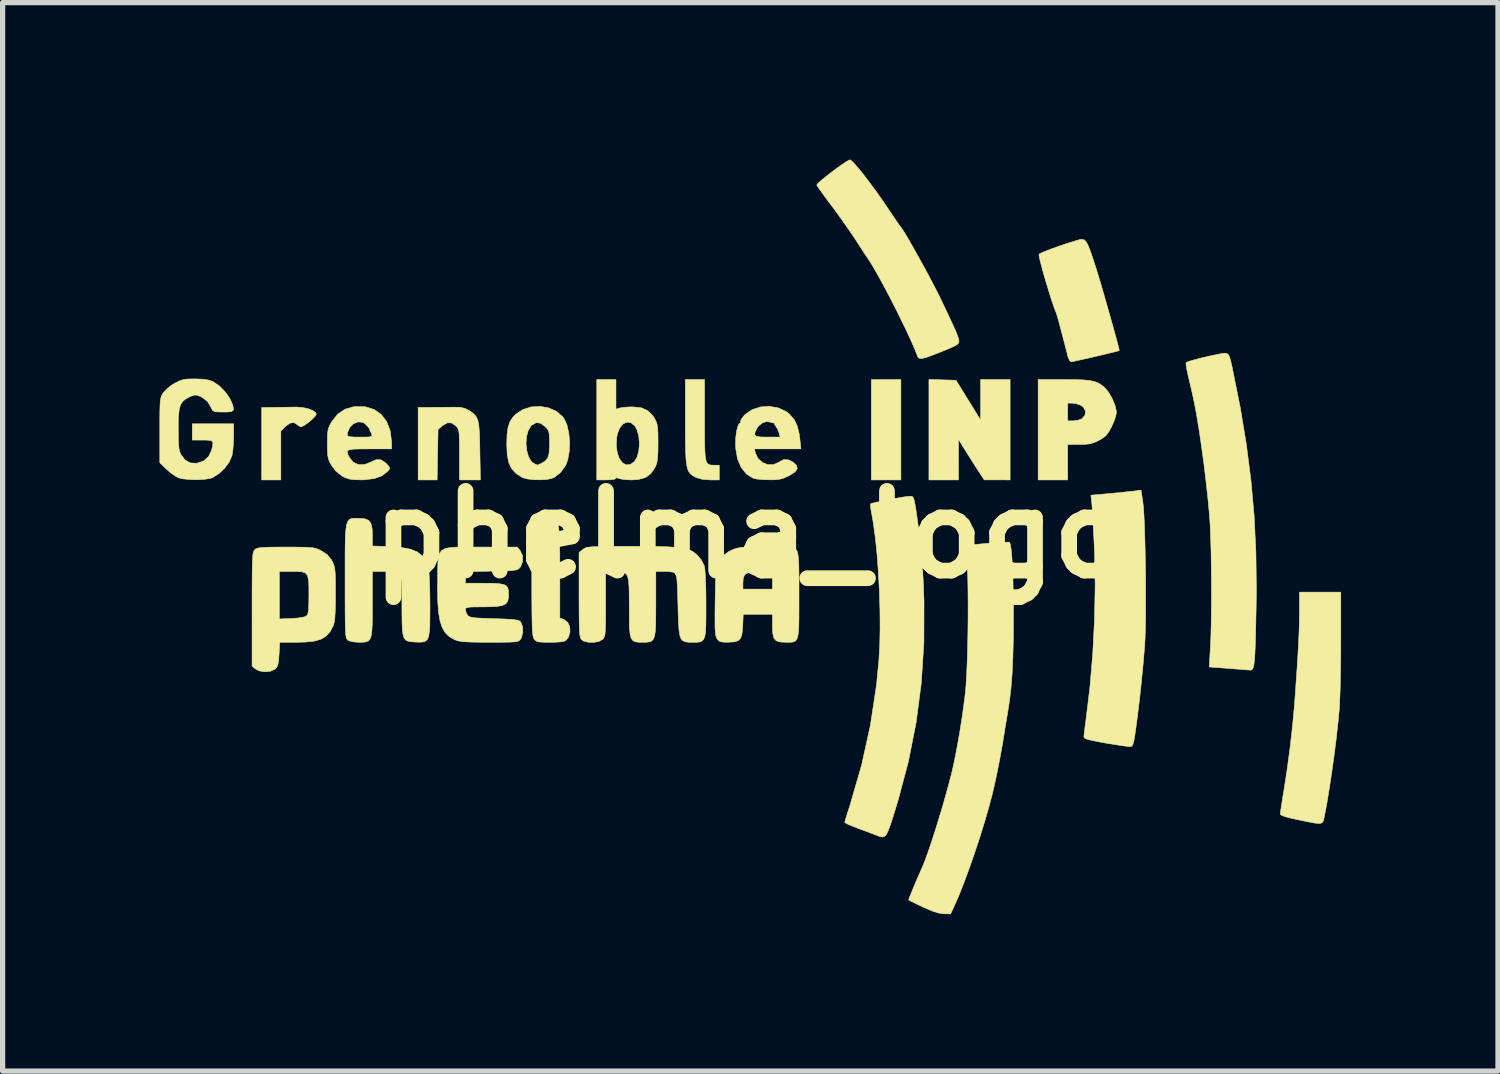
<source format=kicad_pcb>
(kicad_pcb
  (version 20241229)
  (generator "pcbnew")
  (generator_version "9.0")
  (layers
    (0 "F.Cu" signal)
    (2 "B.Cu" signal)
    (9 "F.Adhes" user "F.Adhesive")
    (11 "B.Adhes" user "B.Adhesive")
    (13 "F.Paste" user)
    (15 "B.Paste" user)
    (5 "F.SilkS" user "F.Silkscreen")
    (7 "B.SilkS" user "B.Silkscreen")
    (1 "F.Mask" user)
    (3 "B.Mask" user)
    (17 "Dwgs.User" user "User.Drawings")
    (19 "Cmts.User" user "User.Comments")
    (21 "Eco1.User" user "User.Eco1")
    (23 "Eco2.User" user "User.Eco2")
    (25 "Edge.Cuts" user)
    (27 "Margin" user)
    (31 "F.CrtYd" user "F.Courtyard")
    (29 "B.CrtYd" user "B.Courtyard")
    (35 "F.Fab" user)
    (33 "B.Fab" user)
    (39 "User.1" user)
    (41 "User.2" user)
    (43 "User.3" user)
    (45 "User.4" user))
  (footprint "phelma_logo"
    (layer "F.Cu")
    (at 11.294 7.169)
    (property "Reference" "phelma_logo" (at 0 0 0) (layer "F.SilkS") (effects (font (size 1.524 1.524) (thickness 0.3))))
    (attr through_hole)
    (fp_poly (pts (xy 2.879 -1.044) (xy 2.314 -1.044) (xy 2.314 -2.963) (xy 2.879 -2.963) (xy 2.879 -1.044)) (stroke (width 0.01) (type solid)) (fill yes) (layer "F.SilkS"))
    (fp_poly (pts (xy 3.674 -2.957) (xy 3.933 -2.949) (xy 4.168 -2.569) (xy 4.403 -2.188) (xy 4.403 -2.963) (xy 4.967 -2.963) (xy 4.967 -1.044) (xy 4.72 -1.045) (xy 4.473 -1.045) (xy 4.375 -1.193) (xy 4.315 -1.285) (xy 4.238 -1.405) (xy 4.159 -1.532) (xy 4.128 -1.58) (xy 3.98 -1.82) (xy 3.98 -1.432) (xy 3.979 -1.044) (xy 3.415 -1.044) (xy 3.415 -2.965) (xy 3.674 -2.957)) (stroke (width 0.01) (type solid)) (fill yes) (layer "F.SilkS"))
    (fp_poly (pts (xy -8.562 -2.429) (xy -8.452 -2.405) (xy -8.363 -2.37) (xy -8.308 -2.328) (xy -8.297 -2.3) (xy -8.319 -2.262) (xy -8.372 -2.207) (xy -8.442 -2.147) (xy -8.514 -2.095) (xy -8.571 -2.064) (xy -8.588 -2.06) (xy -8.639 -2.08) (xy -8.664 -2.103) (xy -8.727 -2.141) (xy -8.804 -2.128) (xy -8.892 -2.063) (xy -8.892 -2.062) (xy -8.975 -1.98) (xy -8.975 -1.044) (xy -9.342 -1.044) (xy -9.342 -2.429) (xy -9.095 -2.431) (xy -8.955 -2.433) (xy -8.812 -2.435) (xy -8.694 -2.437) (xy -8.678 -2.437) (xy -8.562 -2.429)) (stroke (width 0.01) (type solid)) (fill yes) (layer "F.SilkS"))
    (fp_poly (pts (xy -0.875 -2.189) (xy -0.875 -1.946) (xy -0.873 -1.754) (xy -0.869 -1.606) (xy -0.861 -1.497) (xy -0.848 -1.421) (xy -0.829 -1.371) (xy -0.802 -1.343) (xy -0.766 -1.33) (xy -0.72 -1.327) (xy -0.689 -1.326) (xy -0.593 -1.326) (xy -0.593 -1.044) (xy -0.769 -1.044) (xy -0.919 -1.056) (xy -1.036 -1.09) (xy -1.044 -1.094) (xy -1.097 -1.123) (xy -1.14 -1.155) (xy -1.174 -1.197) (xy -1.199 -1.255) (xy -1.217 -1.335) (xy -1.229 -1.443) (xy -1.236 -1.586) (xy -1.24 -1.769) (xy -1.242 -1.998) (xy -1.242 -2.152) (xy -1.242 -2.963) (xy -0.875 -2.963) (xy -0.875 -2.189)) (stroke (width 0.01) (type solid)) (fill yes) (layer "F.SilkS"))
    (fp_poly (pts (xy -5.537 -2.431) (xy -5.447 -2.408) (xy -5.385 -2.376) (xy -5.319 -2.333) (xy -5.269 -2.29) (xy -5.232 -2.24) (xy -5.207 -2.174) (xy -5.19 -2.083) (xy -5.18 -1.96) (xy -5.173 -1.797) (xy -5.17 -1.602) (xy -5.16 -1.044) (xy -5.56 -1.044) (xy -5.56 -1.525) (xy -5.56 -1.701) (xy -5.562 -1.829) (xy -5.566 -1.918) (xy -5.573 -1.979) (xy -5.585 -2.019) (xy -5.603 -2.048) (xy -5.628 -2.075) (xy -5.629 -2.076) (xy -5.71 -2.133) (xy -5.791 -2.136) (xy -5.879 -2.086) (xy -5.89 -2.077) (xy -5.969 -2.009) (xy -5.978 -1.527) (xy -5.987 -1.044) (xy -6.35 -1.044) (xy -6.35 -2.43) (xy -6.089 -2.431) (xy -5.947 -2.432) (xy -5.803 -2.433) (xy -5.682 -2.435) (xy -5.657 -2.435) (xy -5.537 -2.431)) (stroke (width 0.01) (type solid)) (fill yes) (layer "F.SilkS"))
    (fp_poly (pts (xy 6.206 -2.962) (xy 6.367 -2.956) (xy 6.49 -2.944) (xy 6.585 -2.923) (xy 6.661 -2.892) (xy 6.726 -2.849) (xy 6.784 -2.8) (xy 6.855 -2.712) (xy 6.921 -2.594) (xy 6.972 -2.47) (xy 6.998 -2.359) (xy 6.999 -2.335) (xy 6.986 -2.263) (xy 6.953 -2.165) (xy 6.907 -2.061) (xy 6.851 -1.958) (xy 6.798 -1.89) (xy 6.732 -1.839) (xy 6.664 -1.8) (xy 6.573 -1.758) (xy 6.489 -1.734) (xy 6.39 -1.723) (xy 6.29 -1.722) (xy 6.068 -1.722) (xy 6.068 -1.044) (xy 5.503 -1.044) (xy 5.503 -2.512) (xy 6.068 -2.512) (xy 6.068 -2.173) (xy 6.174 -2.173) (xy 6.263 -2.185) (xy 6.338 -2.213) (xy 6.344 -2.217) (xy 6.399 -2.284) (xy 6.407 -2.362) (xy 6.369 -2.434) (xy 6.323 -2.469) (xy 6.235 -2.5) (xy 6.154 -2.512) (xy 6.068 -2.512) (xy 5.503 -2.512) (xy 5.503 -2.963) (xy 5.998 -2.963) (xy 6.206 -2.962)) (stroke (width 0.01) (type solid)) (fill yes) (layer "F.SilkS"))
    (fp_poly (pts (xy 11.289 2.045) (xy 11.288 2.29) (xy 11.285 2.535) (xy 11.281 2.77) (xy 11.276 2.983) (xy 11.269 3.165) (xy 11.262 3.305) (xy 11.259 3.35) (xy 11.233 3.621) (xy 11.199 3.924) (xy 11.158 4.245) (xy 11.113 4.569) (xy 11.065 4.88) (xy 11.018 5.164) (xy 10.976 5.383) (xy 10.964 5.444) (xy 10.95 5.487) (xy 10.926 5.513) (xy 10.884 5.524) (xy 10.815 5.52) (xy 10.711 5.502) (xy 10.564 5.472) (xy 10.477 5.454) (xy 10.315 5.418) (xy 10.206 5.388) (xy 10.146 5.362) (xy 10.132 5.344) (xy 10.136 5.304) (xy 10.149 5.219) (xy 10.167 5.099) (xy 10.19 4.957) (xy 10.202 4.889) (xy 10.26 4.512) (xy 10.315 4.108) (xy 10.362 3.701) (xy 10.399 3.313) (xy 10.413 3.133) (xy 10.435 2.812) (xy 10.454 2.541) (xy 10.468 2.311) (xy 10.479 2.117) (xy 10.488 1.95) (xy 10.493 1.805) (xy 10.497 1.673) (xy 10.498 1.547) (xy 10.499 1.481) (xy 10.499 1.101) (xy 11.289 1.101) (xy 11.289 2.045)) (stroke (width 0.01) (type solid)) (fill yes) (layer "F.SilkS"))
    (fp_poly (pts (xy -3.928 -0.31) (xy -3.834 -0.306) (xy -3.762 -0.297) (xy -3.734 -0.288) (xy -3.709 -0.265) (xy -3.688 -0.229) (xy -3.672 -0.174) (xy -3.66 -0.093) (xy -3.651 0.018) (xy -3.646 0.165) (xy -3.642 0.355) (xy -3.641 0.592) (xy -3.641 0.744) (xy -3.641 1.596) (xy -3.558 1.628) (xy -3.49 1.68) (xy -3.452 1.765) (xy -3.447 1.863) (xy -3.476 1.96) (xy -3.518 2.018) (xy -3.556 2.04) (xy -3.626 2.053) (xy -3.737 2.059) (xy -3.825 2.06) (xy -3.95 2.059) (xy -4.032 2.054) (xy -4.082 2.042) (xy -4.114 2.021) (xy -4.133 1.997) (xy -4.144 1.975) (xy -4.154 1.939) (xy -4.161 1.885) (xy -4.167 1.807) (xy -4.171 1.7) (xy -4.174 1.558) (xy -4.176 1.376) (xy -4.177 1.148) (xy -4.177 0.875) (xy -4.177 0.585) (xy -4.176 0.347) (xy -4.174 0.155) (xy -4.169 0.005) (xy -4.161 -0.11) (xy -4.148 -0.192) (xy -4.128 -0.249) (xy -4.102 -0.283) (xy -4.068 -0.302) (xy -4.025 -0.309) (xy -3.972 -0.31) (xy -3.928 -0.31)) (stroke (width 0.01) (type solid)) (fill yes) (layer "F.SilkS"))
    (fp_poly (pts (xy -2.568 -2.398) (xy -2.491 -2.42) (xy -2.419 -2.431) (xy -2.318 -2.439) (xy -2.244 -2.44) (xy -2.084 -2.423) (xy -1.962 -2.369) (xy -1.866 -2.275) (xy -1.83 -2.218) (xy -1.802 -2.164) (xy -1.783 -2.109) (xy -1.772 -2.041) (xy -1.766 -1.947) (xy -1.764 -1.814) (xy -1.764 -1.75) (xy -1.765 -1.593) (xy -1.771 -1.48) (xy -1.781 -1.398) (xy -1.799 -1.334) (xy -1.82 -1.284) (xy -1.9 -1.167) (xy -2.003 -1.091) (xy -2.14 -1.052) (xy -2.264 -1.044) (xy -2.371 -1.048) (xy -2.461 -1.059) (xy -2.514 -1.073) (xy -2.559 -1.088) (xy -2.568 -1.073) (xy -2.594 -1.058) (xy -2.666 -1.047) (xy -2.752 -1.044) (xy -2.935 -1.044) (xy -2.935 -1.691) (xy -2.562 -1.691) (xy -2.542 -1.555) (xy -2.501 -1.446) (xy -2.443 -1.37) (xy -2.373 -1.332) (xy -2.294 -1.34) (xy -2.217 -1.393) (xy -2.163 -1.481) (xy -2.131 -1.604) (xy -2.12 -1.744) (xy -2.133 -1.884) (xy -2.167 -2.007) (xy -2.206 -2.074) (xy -2.28 -2.136) (xy -2.359 -2.149) (xy -2.433 -2.114) (xy -2.496 -2.038) (xy -2.541 -1.925) (xy -2.555 -1.848) (xy -2.562 -1.691) (xy -2.935 -1.691) (xy -2.935 -2.963) (xy -2.568 -2.963) (xy -2.568 -2.398)) (stroke (width 0.01) (type solid)) (fill yes) (layer "F.SilkS"))
    (fp_poly (pts (xy 6.387 -5.632) (xy 6.428 -5.585) (xy 6.459 -5.524) (xy 6.499 -5.424) (xy 6.551 -5.273) (xy 6.614 -5.077) (xy 6.687 -4.839) (xy 6.767 -4.564) (xy 6.845 -4.29) (xy 6.908 -4.065) (xy 6.958 -3.888) (xy 6.995 -3.754) (xy 7.021 -3.657) (xy 7.038 -3.59) (xy 7.048 -3.549) (xy 7.052 -3.526) (xy 7.051 -3.517) (xy 7.05 -3.516) (xy 7.019 -3.506) (xy 6.944 -3.487) (xy 6.837 -3.461) (xy 6.709 -3.43) (xy 6.571 -3.398) (xy 6.435 -3.366) (xy 6.311 -3.339) (xy 6.212 -3.317) (xy 6.149 -3.304) (xy 6.132 -3.302) (xy 6.104 -3.326) (xy 6.077 -3.388) (xy 6.071 -3.408) (xy 6.008 -3.653) (xy 5.957 -3.848) (xy 5.917 -3.999) (xy 5.887 -4.11) (xy 5.865 -4.186) (xy 5.85 -4.233) (xy 5.844 -4.247) (xy 5.813 -4.327) (xy 5.774 -4.439) (xy 5.73 -4.575) (xy 5.684 -4.725) (xy 5.638 -4.878) (xy 5.596 -5.025) (xy 5.561 -5.157) (xy 5.534 -5.263) (xy 5.52 -5.334) (xy 5.519 -5.36) (xy 5.559 -5.382) (xy 5.641 -5.416) (xy 5.752 -5.459) (xy 5.88 -5.505) (xy 6.013 -5.551) (xy 6.138 -5.591) (xy 6.243 -5.623) (xy 6.315 -5.642) (xy 6.336 -5.644) (xy 6.387 -5.632)) (stroke (width 0.01) (type solid)) (fill yes) (layer "F.SilkS"))
    (fp_poly (pts (xy -3.856 -2.421) (xy -3.708 -2.356) (xy -3.589 -2.253) (xy -3.562 -2.218) (xy -3.506 -2.098) (xy -3.47 -1.942) (xy -3.454 -1.768) (xy -3.461 -1.592) (xy -3.489 -1.432) (xy -3.528 -1.326) (xy -3.623 -1.191) (xy -3.743 -1.096) (xy -3.791 -1.074) (xy -3.883 -1.054) (xy -4.005 -1.046) (xy -4.137 -1.048) (xy -4.258 -1.062) (xy -4.348 -1.086) (xy -4.36 -1.091) (xy -4.479 -1.168) (xy -4.563 -1.259) (xy -4.618 -1.376) (xy -4.647 -1.527) (xy -4.656 -1.718) (xy -4.655 -1.74) (xy -4.287 -1.74) (xy -4.274 -1.608) (xy -4.241 -1.489) (xy -4.188 -1.398) (xy -4.138 -1.359) (xy -4.089 -1.336) (xy -4.07 -1.328) (xy -4.042 -1.339) (xy -3.985 -1.366) (xy -3.979 -1.369) (xy -3.915 -1.411) (xy -3.873 -1.465) (xy -3.849 -1.543) (xy -3.84 -1.658) (xy -3.838 -1.75) (xy -3.84 -1.866) (xy -3.847 -1.941) (xy -3.863 -1.992) (xy -3.894 -2.035) (xy -3.921 -2.062) (xy -4.009 -2.128) (xy -4.091 -2.139) (xy -4.172 -2.095) (xy -4.19 -2.078) (xy -4.246 -1.99) (xy -4.278 -1.873) (xy -4.287 -1.74) (xy -4.655 -1.74) (xy -4.651 -1.904) (xy -4.632 -2.045) (xy -4.596 -2.154) (xy -4.54 -2.242) (xy -4.484 -2.3) (xy -4.346 -2.39) (xy -4.187 -2.44) (xy -4.02 -2.45) (xy -3.856 -2.421)) (stroke (width 0.01) (type solid)) (fill yes) (layer "F.SilkS"))
    (fp_poly (pts (xy 7.505 -0.616) (xy 7.516 -0.515) (xy 7.526 -0.366) (xy 7.535 -0.177) (xy 7.542 0.044) (xy 7.548 0.288) (xy 7.553 0.549) (xy 7.557 0.817) (xy 7.558 1.084) (xy 7.558 1.343) (xy 7.557 1.585) (xy 7.553 1.801) (xy 7.547 1.985) (xy 7.539 2.127) (xy 7.539 2.131) (xy 7.511 2.467) (xy 7.476 2.825) (xy 7.437 3.183) (xy 7.396 3.518) (xy 7.37 3.711) (xy 7.349 3.855) (xy 7.332 3.952) (xy 7.315 4.011) (xy 7.297 4.042) (xy 7.274 4.053) (xy 7.267 4.054) (xy 7.22 4.051) (xy 7.129 4.04) (xy 7.006 4.021) (xy 6.861 3.998) (xy 6.795 3.987) (xy 6.63 3.957) (xy 6.514 3.933) (xy 6.438 3.913) (xy 6.396 3.895) (xy 6.379 3.875) (xy 6.378 3.867) (xy 6.382 3.821) (xy 6.392 3.732) (xy 6.407 3.616) (xy 6.419 3.526) (xy 6.494 2.907) (xy 6.548 2.263) (xy 6.581 1.612) (xy 6.593 0.973) (xy 6.582 0.363) (xy 6.578 0.271) (xy 6.568 0.067) (xy 6.559 -0.127) (xy 6.549 -0.302) (xy 6.54 -0.446) (xy 6.533 -0.551) (xy 6.529 -0.595) (xy 6.512 -0.752) (xy 6.89 -0.786) (xy 7.04 -0.8) (xy 7.178 -0.814) (xy 7.29 -0.826) (xy 7.363 -0.834) (xy 7.368 -0.835) (xy 7.47 -0.85) (xy 7.505 -0.616)) (stroke (width 0.01) (type solid)) (fill yes) (layer "F.SilkS"))
    (fp_poly (pts (xy 3.084 -0.731) (xy 3.108 -0.718) (xy 3.125 -0.684) (xy 3.141 -0.62) (xy 3.16 -0.516) (xy 3.173 -0.43) (xy 3.232 -0.005) (xy 3.276 0.418) (xy 3.305 0.859) (xy 3.321 1.27) (xy 3.319 2.065) (xy 3.269 2.837) (xy 3.17 3.593) (xy 3.022 4.342) (xy 2.822 5.092) (xy 2.782 5.221) (xy 2.722 5.416) (xy 2.674 5.562) (xy 2.635 5.666) (xy 2.601 5.734) (xy 2.567 5.771) (xy 2.529 5.783) (xy 2.483 5.775) (xy 2.425 5.755) (xy 2.399 5.744) (xy 2.327 5.717) (xy 2.222 5.677) (xy 2.1 5.632) (xy 2.053 5.615) (xy 1.946 5.573) (xy 1.862 5.537) (xy 1.814 5.511) (xy 1.806 5.503) (xy 1.814 5.469) (xy 1.837 5.393) (xy 1.87 5.287) (xy 1.906 5.175) (xy 2.127 4.412) (xy 2.295 3.651) (xy 2.412 2.882) (xy 2.458 2.413) (xy 2.475 2.12) (xy 2.481 1.793) (xy 2.479 1.444) (xy 2.468 1.085) (xy 2.449 0.726) (xy 2.423 0.379) (xy 2.39 0.056) (xy 2.35 -0.231) (xy 2.314 -0.435) (xy 2.3 -0.517) (xy 2.296 -0.573) (xy 2.299 -0.587) (xy 2.333 -0.599) (xy 2.408 -0.617) (xy 2.514 -0.64) (xy 2.637 -0.665) (xy 2.765 -0.689) (xy 2.884 -0.71) (xy 2.981 -0.725) (xy 3.045 -0.732) (xy 3.052 -0.732) (xy 3.084 -0.731)) (stroke (width 0.01) (type solid)) (fill yes) (layer "F.SilkS"))
    (fp_poly (pts (xy 9.083 -3.466) (xy 9.116 -3.458) (xy 9.14 -3.439) (xy 9.161 -3.397) (xy 9.183 -3.323) (xy 9.21 -3.207) (xy 9.219 -3.161) (xy 9.367 -2.426) (xy 9.483 -1.723) (xy 9.571 -1.039) (xy 9.632 -0.36) (xy 9.666 0.33) (xy 9.675 1.044) (xy 9.67 1.425) (xy 9.664 1.714) (xy 9.659 1.952) (xy 9.653 2.143) (xy 9.646 2.292) (xy 9.638 2.405) (xy 9.628 2.486) (xy 9.616 2.54) (xy 9.602 2.572) (xy 9.584 2.588) (xy 9.562 2.592) (xy 9.557 2.592) (xy 9.506 2.588) (xy 9.413 2.581) (xy 9.289 2.571) (xy 9.148 2.56) (xy 9.136 2.559) (xy 8.775 2.532) (xy 8.797 2.134) (xy 8.806 1.937) (xy 8.812 1.701) (xy 8.815 1.436) (xy 8.817 1.153) (xy 8.816 0.862) (xy 8.813 0.574) (xy 8.808 0.299) (xy 8.801 0.049) (xy 8.792 -0.166) (xy 8.781 -0.336) (xy 8.781 -0.339) (xy 8.752 -0.654) (xy 8.716 -0.985) (xy 8.676 -1.321) (xy 8.631 -1.652) (xy 8.585 -1.967) (xy 8.538 -2.256) (xy 8.491 -2.508) (xy 8.452 -2.691) (xy 8.424 -2.813) (xy 8.39 -2.956) (xy 8.364 -3.069) (xy 8.343 -3.17) (xy 8.331 -3.247) (xy 8.33 -3.287) (xy 8.331 -3.288) (xy 8.368 -3.305) (xy 8.447 -3.329) (xy 8.556 -3.359) (xy 8.681 -3.389) (xy 8.808 -3.418) (xy 8.925 -3.443) (xy 9.019 -3.46) (xy 9.077 -3.466) (xy 9.083 -3.466)) (stroke (width 0.01) (type solid)) (fill yes) (layer "F.SilkS"))
    (fp_poly (pts (xy -7.363 -2.443) (xy -7.194 -2.391) (xy -7.056 -2.296) (xy -6.952 -2.159) (xy -6.885 -1.984) (xy -6.858 -1.774) (xy -6.858 -1.748) (xy -6.858 -1.637) (xy -7.281 -1.637) (xy -7.453 -1.636) (xy -7.575 -1.633) (xy -7.654 -1.623) (xy -7.695 -1.605) (xy -7.707 -1.576) (xy -7.694 -1.532) (xy -7.664 -1.472) (xy -7.59 -1.382) (xy -7.489 -1.337) (xy -7.372 -1.338) (xy -7.259 -1.383) (xy -7.152 -1.431) (xy -7.062 -1.428) (xy -6.977 -1.374) (xy -6.957 -1.355) (xy -6.908 -1.3) (xy -6.893 -1.266) (xy -6.911 -1.233) (xy -6.931 -1.21) (xy -7.041 -1.123) (xy -7.191 -1.069) (xy -7.385 -1.046) (xy -7.439 -1.045) (xy -7.571 -1.048) (xy -7.666 -1.061) (xy -7.746 -1.088) (xy -7.79 -1.109) (xy -7.92 -1.209) (xy -8 -1.314) (xy -8.039 -1.382) (xy -8.064 -1.441) (xy -8.078 -1.508) (xy -8.084 -1.598) (xy -8.086 -1.727) (xy -8.086 -1.736) (xy -8.084 -1.869) (xy -8.082 -1.903) (xy -7.705 -1.903) (xy -7.693 -1.883) (xy -7.652 -1.87) (xy -7.572 -1.864) (xy -7.463 -1.863) (xy -7.346 -1.863) (xy -7.276 -1.867) (xy -7.242 -1.877) (xy -7.233 -1.896) (xy -7.24 -1.926) (xy -7.294 -2.044) (xy -7.372 -2.125) (xy -7.411 -2.146) (xy -7.502 -2.153) (xy -7.589 -2.116) (xy -7.659 -2.045) (xy -7.7 -1.951) (xy -7.705 -1.903) (xy -8.082 -1.903) (xy -8.078 -1.961) (xy -8.065 -2.03) (xy -8.04 -2.09) (xy -8.004 -2.154) (xy -7.889 -2.3) (xy -7.748 -2.396) (xy -7.578 -2.444) (xy -7.56 -2.446) (xy -7.363 -2.443)) (stroke (width 0.01) (type solid)) (fill yes) (layer "F.SilkS"))
    (fp_poly (pts (xy 0.532 -2.422) (xy 0.683 -2.352) (xy 0.747 -2.303) (xy 0.837 -2.199) (xy 0.898 -2.074) (xy 0.937 -1.914) (xy 0.948 -1.824) (xy 0.967 -1.637) (xy 0.079 -1.637) (xy 0.097 -1.559) (xy 0.146 -1.455) (xy 0.229 -1.379) (xy 0.332 -1.337) (xy 0.44 -1.336) (xy 0.54 -1.38) (xy 0.544 -1.383) (xy 0.638 -1.432) (xy 0.734 -1.427) (xy 0.823 -1.38) (xy 0.886 -1.318) (xy 0.897 -1.257) (xy 0.853 -1.196) (xy 0.755 -1.132) (xy 0.736 -1.122) (xy 0.645 -1.081) (xy 0.563 -1.057) (xy 0.466 -1.047) (xy 0.355 -1.046) (xy 0.237 -1.05) (xy 0.134 -1.06) (xy 0.064 -1.073) (xy 0.056 -1.076) (xy -0.073 -1.157) (xy -0.174 -1.282) (xy -0.244 -1.447) (xy -0.278 -1.646) (xy -0.282 -1.745) (xy -0.277 -1.861) (xy -0.271 -1.907) (xy 0.085 -1.907) (xy 0.113 -1.879) (xy 0.182 -1.866) (xy 0.301 -1.863) (xy 0.328 -1.863) (xy 0.571 -1.863) (xy 0.551 -1.94) (xy 0.522 -2.015) (xy 0.492 -2.063) (xy 0.465 -2.106) (xy 0.466 -2.126) (xy 0.466 -2.134) (xy 0.462 -2.132) (xy 0.426 -2.133) (xy 0.389 -2.148) (xy 0.312 -2.16) (xy 0.227 -2.132) (xy 0.153 -2.071) (xy 0.126 -2.029) (xy 0.091 -1.955) (xy 0.085 -1.907) (xy -0.271 -1.907) (xy -0.263 -1.969) (xy -0.242 -2.058) (xy -0.219 -2.115) (xy -0.194 -2.129) (xy -0.194 -2.128) (xy -0.181 -2.135) (xy -0.186 -2.154) (xy -0.176 -2.198) (xy -0.129 -2.263) (xy -0.099 -2.294) (xy 0.034 -2.387) (xy 0.194 -2.439) (xy 0.364 -2.451) (xy 0.532 -2.422)) (stroke (width 0.01) (type solid)) (fill yes) (layer "F.SilkS"))
    (fp_poly (pts (xy 1.945 -7.137) (xy 2.008 -7.07) (xy 2.093 -6.97) (xy 2.194 -6.843) (xy 2.306 -6.695) (xy 2.424 -6.534) (xy 2.542 -6.366) (xy 2.649 -6.209) (xy 2.729 -6.09) (xy 2.798 -5.988) (xy 2.85 -5.913) (xy 2.879 -5.874) (xy 2.882 -5.87) (xy 2.908 -5.836) (xy 2.955 -5.76) (xy 3.021 -5.65) (xy 3.099 -5.514) (xy 3.186 -5.359) (xy 3.277 -5.195) (xy 3.368 -5.028) (xy 3.454 -4.867) (xy 3.531 -4.72) (xy 3.595 -4.595) (xy 3.627 -4.53) (xy 3.731 -4.311) (xy 3.813 -4.138) (xy 3.875 -4.004) (xy 3.921 -3.903) (xy 3.952 -3.828) (xy 3.972 -3.775) (xy 3.983 -3.737) (xy 3.988 -3.709) (xy 3.989 -3.702) (xy 3.987 -3.672) (xy 3.969 -3.645) (xy 3.93 -3.617) (xy 3.859 -3.582) (xy 3.748 -3.535) (xy 3.655 -3.497) (xy 3.494 -3.433) (xy 3.378 -3.391) (xy 3.298 -3.369) (xy 3.247 -3.365) (xy 3.216 -3.378) (xy 3.199 -3.405) (xy 3.198 -3.408) (xy 3.145 -3.543) (xy 3.069 -3.716) (xy 2.975 -3.918) (xy 2.869 -4.137) (xy 2.755 -4.365) (xy 2.638 -4.591) (xy 2.525 -4.805) (xy 2.419 -4.996) (xy 2.326 -5.155) (xy 2.257 -5.263) (xy 2.21 -5.333) (xy 2.143 -5.436) (xy 2.064 -5.556) (xy 1.998 -5.659) (xy 1.912 -5.787) (xy 1.803 -5.943) (xy 1.685 -6.109) (xy 1.57 -6.266) (xy 1.543 -6.302) (xy 1.45 -6.426) (xy 1.372 -6.533) (xy 1.312 -6.618) (xy 1.277 -6.67) (xy 1.271 -6.683) (xy 1.293 -6.713) (xy 1.352 -6.767) (xy 1.437 -6.837) (xy 1.537 -6.915) (xy 1.642 -6.994) (xy 1.743 -7.066) (xy 1.828 -7.123) (xy 1.887 -7.157) (xy 1.908 -7.164) (xy 1.945 -7.137)) (stroke (width 0.01) (type solid)) (fill yes) (layer "F.SilkS"))
    (fp_poly (pts (xy -8.692 0.24) (xy -8.55 0.242) (xy -8.446 0.246) (xy -8.37 0.252) (xy -8.313 0.264) (xy -8.264 0.28) (xy -8.216 0.303) (xy -8.2 0.311) (xy -8.088 0.385) (xy -8.01 0.48) (xy -7.996 0.506) (xy -7.972 0.554) (xy -7.955 0.602) (xy -7.944 0.659) (xy -7.936 0.735) (xy -7.932 0.841) (xy -7.931 0.985) (xy -7.93 1.134) (xy -7.932 1.333) (xy -7.936 1.485) (xy -7.943 1.596) (xy -7.954 1.676) (xy -7.97 1.734) (xy -7.974 1.743) (xy -8.033 1.857) (xy -8.108 1.942) (xy -8.207 2.001) (xy -8.337 2.038) (xy -8.508 2.056) (xy -8.668 2.06) (xy -8.996 2.06) (xy -9.009 2.291) (xy -9.018 2.41) (xy -9.031 2.487) (xy -9.052 2.536) (xy -9.084 2.571) (xy -9.086 2.573) (xy -9.175 2.614) (xy -9.286 2.624) (xy -9.394 2.605) (xy -9.458 2.571) (xy -9.525 2.517) (xy -9.525 1.429) (xy -9.525 1.151) (xy -9.524 0.924) (xy -9.523 0.743) (xy -9.522 0.706) (xy -9.003 0.706) (xy -9.003 1.614) (xy -8.767 1.605) (xy -8.633 1.594) (xy -8.535 1.577) (xy -8.485 1.556) (xy -8.465 1.531) (xy -8.452 1.488) (xy -8.444 1.418) (xy -8.44 1.311) (xy -8.438 1.157) (xy -8.438 1.156) (xy -8.439 0.987) (xy -8.446 0.867) (xy -8.464 0.787) (xy -8.5 0.739) (xy -8.56 0.715) (xy -8.649 0.707) (xy -8.765 0.706) (xy -9.003 0.706) (xy -9.522 0.706) (xy -9.521 0.602) (xy -9.517 0.495) (xy -9.512 0.417) (xy -9.506 0.363) (xy -9.497 0.328) (xy -9.486 0.305) (xy -9.475 0.29) (xy -9.452 0.273) (xy -9.418 0.26) (xy -9.366 0.251) (xy -9.286 0.245) (xy -9.172 0.241) (xy -9.015 0.24) (xy -8.881 0.24) (xy -8.692 0.24)) (stroke (width 0.01) (type solid)) (fill yes) (layer "F.SilkS"))
    (fp_poly (pts (xy 4.949 0.147) (xy 4.957 0.15) (xy 4.973 0.194) (xy 4.988 0.292) (xy 5.001 0.437) (xy 5.012 0.626) (xy 5.021 0.855) (xy 5.027 1.119) (xy 5.031 1.415) (xy 5.031 1.552) (xy 5.029 1.971) (xy 5.02 2.339) (xy 5.005 2.662) (xy 4.983 2.944) (xy 4.953 3.192) (xy 4.938 3.288) (xy 4.925 3.371) (xy 4.904 3.498) (xy 4.878 3.654) (xy 4.85 3.828) (xy 4.825 3.979) (xy 4.788 4.19) (xy 4.743 4.425) (xy 4.695 4.661) (xy 4.647 4.876) (xy 4.625 4.967) (xy 4.56 5.214) (xy 4.48 5.489) (xy 4.39 5.781) (xy 4.292 6.078) (xy 4.191 6.367) (xy 4.092 6.637) (xy 3.999 6.875) (xy 3.917 7.063) (xy 3.83 7.253) (xy 3.7 7.251) (xy 3.601 7.237) (xy 3.478 7.198) (xy 3.319 7.129) (xy 3.302 7.122) (xy 3.191 7.069) (xy 3.101 7.025) (xy 3.043 6.996) (xy 3.027 6.988) (xy 3.035 6.961) (xy 3.061 6.893) (xy 3.1 6.796) (xy 3.148 6.681) (xy 3.201 6.558) (xy 3.253 6.44) (xy 3.287 6.364) (xy 3.333 6.251) (xy 3.391 6.093) (xy 3.457 5.9) (xy 3.528 5.681) (xy 3.601 5.445) (xy 3.674 5.204) (xy 3.742 4.965) (xy 3.804 4.738) (xy 3.855 4.54) (xy 3.907 4.306) (xy 3.96 4.032) (xy 4.012 3.731) (xy 4.06 3.419) (xy 4.101 3.111) (xy 4.11 3.034) (xy 4.124 2.881) (xy 4.136 2.682) (xy 4.146 2.446) (xy 4.154 2.184) (xy 4.16 1.906) (xy 4.163 1.622) (xy 4.164 1.342) (xy 4.162 1.076) (xy 4.158 0.834) (xy 4.15 0.626) (xy 4.141 0.477) (xy 4.12 0.207) (xy 4.53 0.169) (xy 4.676 0.157) (xy 4.801 0.149) (xy 4.896 0.146) (xy 4.949 0.147)) (stroke (width 0.01) (type solid)) (fill yes) (layer "F.SilkS"))
    (fp_poly (pts (xy 0.515 0.228) (xy 0.638 0.23) (xy 0.723 0.235) (xy 0.748 0.238) (xy 0.799 0.248) (xy 0.84 0.261) (xy 0.871 0.283) (xy 0.894 0.319) (xy 0.91 0.377) (xy 0.921 0.461) (xy 0.927 0.579) (xy 0.93 0.736) (xy 0.931 0.937) (xy 0.931 1.157) (xy 0.931 1.407) (xy 0.93 1.605) (xy 0.927 1.759) (xy 0.919 1.874) (xy 0.906 1.955) (xy 0.885 2.009) (xy 0.855 2.04) (xy 0.815 2.055) (xy 0.762 2.06) (xy 0.696 2.06) (xy 0.68 2.06) (xy 0.568 2.054) (xy 0.494 2.03) (xy 0.45 1.977) (xy 0.429 1.889) (xy 0.423 1.754) (xy 0.423 1.74) (xy 0.423 1.524) (xy -0.135 1.524) (xy -0.145 1.749) (xy -0.157 1.885) (xy -0.181 1.975) (xy -0.228 2.027) (xy -0.306 2.052) (xy -0.424 2.059) (xy -0.43 2.059) (xy -0.526 2.057) (xy -0.583 2.043) (xy -0.62 2.014) (xy -0.636 1.992) (xy -0.651 1.962) (xy -0.662 1.92) (xy -0.669 1.858) (xy -0.674 1.767) (xy -0.675 1.643) (xy -0.675 1.475) (xy -0.672 1.279) (xy -0.669 1.072) (xy -0.666 0.922) (xy -0.141 0.922) (xy -0.141 1.044) (xy 0.423 1.044) (xy 0.423 0.706) (xy 0.193 0.706) (xy 0.049 0.711) (xy -0.048 0.73) (xy -0.106 0.768) (xy -0.134 0.831) (xy -0.141 0.922) (xy -0.666 0.922) (xy -0.666 0.912) (xy -0.661 0.793) (xy -0.655 0.706) (xy -0.646 0.642) (xy -0.633 0.593) (xy -0.616 0.551) (xy -0.593 0.509) (xy -0.593 0.508) (xy -0.519 0.405) (xy -0.418 0.33) (xy -0.381 0.311) (xy -0.323 0.283) (xy -0.265 0.264) (xy -0.198 0.25) (xy -0.11 0.241) (xy 0.011 0.235) (xy 0.175 0.231) (xy 0.205 0.23) (xy 0.366 0.228) (xy 0.515 0.228)) (stroke (width 0.01) (type solid)) (fill yes) (layer "F.SilkS"))
    (fp_poly (pts (xy -7.489 -0.31) (xy -7.373 -0.302) (xy -7.296 -0.272) (xy -7.251 -0.21) (xy -7.229 -0.109) (xy -7.225 0.011) (xy -7.225 0.219) (xy -6.893 0.231) (xy -6.672 0.248) (xy -6.498 0.28) (xy -6.366 0.333) (xy -6.269 0.41) (xy -6.2 0.514) (xy -6.156 0.635) (xy -6.145 0.702) (xy -6.137 0.817) (xy -6.13 0.971) (xy -6.126 1.155) (xy -6.124 1.344) (xy -6.125 1.565) (xy -6.127 1.735) (xy -6.135 1.861) (xy -6.15 1.95) (xy -6.175 2.008) (xy -6.213 2.041) (xy -6.265 2.055) (xy -6.335 2.058) (xy -6.406 2.055) (xy -6.485 2.05) (xy -6.545 2.039) (xy -6.59 2.016) (xy -6.621 1.973) (xy -6.641 1.904) (xy -6.653 1.803) (xy -6.658 1.662) (xy -6.66 1.475) (xy -6.66 1.35) (xy -6.661 1.154) (xy -6.663 1.007) (xy -6.668 0.901) (xy -6.675 0.829) (xy -6.686 0.783) (xy -6.7 0.755) (xy -6.705 0.75) (xy -6.746 0.726) (xy -6.816 0.712) (xy -6.928 0.706) (xy -6.987 0.706) (xy -7.225 0.706) (xy -7.225 1.32) (xy -7.225 1.543) (xy -7.228 1.716) (xy -7.235 1.846) (xy -7.248 1.938) (xy -7.27 1.999) (xy -7.303 2.035) (xy -7.349 2.053) (xy -7.41 2.06) (xy -7.475 2.06) (xy -7.585 2.053) (xy -7.668 2.033) (xy -7.692 2.02) (xy -7.706 2.008) (xy -7.718 1.99) (xy -7.727 1.96) (xy -7.734 1.914) (xy -7.739 1.846) (xy -7.742 1.75) (xy -7.745 1.621) (xy -7.746 1.454) (xy -7.747 1.242) (xy -7.747 0.982) (xy -7.747 0.894) (xy -7.747 0.602) (xy -7.747 0.361) (xy -7.744 0.167) (xy -7.74 0.014) (xy -7.731 -0.102) (xy -7.718 -0.187) (xy -7.698 -0.245) (xy -7.672 -0.281) (xy -7.638 -0.301) (xy -7.595 -0.309) (xy -7.541 -0.311) (xy -7.489 -0.31)) (stroke (width 0.01) (type solid)) (fill yes) (layer "F.SilkS"))
    (fp_poly (pts (xy -10.612 -2.975) (xy -10.473 -2.97) (xy -10.372 -2.956) (xy -10.29 -2.93) (xy -10.254 -2.913) (xy -10.14 -2.832) (xy -10.031 -2.718) (xy -9.945 -2.592) (xy -9.91 -2.515) (xy -9.884 -2.429) (xy -9.883 -2.378) (xy -9.915 -2.352) (xy -9.988 -2.343) (xy -10.076 -2.342) (xy -10.18 -2.344) (xy -10.242 -2.351) (xy -10.276 -2.369) (xy -10.297 -2.402) (xy -10.304 -2.42) (xy -10.375 -2.542) (xy -10.486 -2.627) (xy -10.522 -2.644) (xy -10.591 -2.667) (xy -10.647 -2.663) (xy -10.718 -2.633) (xy -10.797 -2.589) (xy -10.855 -2.54) (xy -10.894 -2.477) (xy -10.918 -2.391) (xy -10.931 -2.273) (xy -10.936 -2.111) (xy -10.936 -2.023) (xy -10.935 -1.855) (xy -10.931 -1.732) (xy -10.922 -1.645) (xy -10.908 -1.583) (xy -10.888 -1.535) (xy -10.886 -1.531) (xy -10.805 -1.424) (xy -10.705 -1.369) (xy -10.581 -1.363) (xy -10.58 -1.363) (xy -10.451 -1.406) (xy -10.355 -1.493) (xy -10.301 -1.607) (xy -10.276 -1.706) (xy -10.275 -1.765) (xy -10.307 -1.795) (xy -10.379 -1.805) (xy -10.47 -1.806) (xy -10.668 -1.806) (xy -10.668 -2.117) (xy -9.878 -2.117) (xy -9.878 -1.875) (xy -9.882 -1.745) (xy -9.892 -1.618) (xy -9.907 -1.52) (xy -9.91 -1.506) (xy -9.961 -1.389) (xy -10.047 -1.271) (xy -10.155 -1.167) (xy -10.268 -1.094) (xy -10.318 -1.075) (xy -10.429 -1.056) (xy -10.569 -1.048) (xy -10.717 -1.051) (xy -10.849 -1.065) (xy -10.921 -1.081) (xy -10.994 -1.118) (xy -11.083 -1.181) (xy -11.154 -1.242) (xy -11.289 -1.373) (xy -11.289 -1.992) (xy -11.289 -2.195) (xy -11.288 -2.349) (xy -11.285 -2.463) (xy -11.28 -2.545) (xy -11.271 -2.603) (xy -11.259 -2.645) (xy -11.242 -2.679) (xy -11.222 -2.711) (xy -11.158 -2.78) (xy -11.068 -2.853) (xy -11.003 -2.893) (xy -10.92 -2.935) (xy -10.848 -2.96) (xy -10.766 -2.972) (xy -10.653 -2.975) (xy -10.612 -2.975)) (stroke (width 0.01) (type solid)) (fill yes) (layer "F.SilkS"))
    (fp_poly (pts (xy -5.194 0.24) (xy -5.147 0.24) (xy -4.454 0.24) (xy -4.4 0.307) (xy -4.355 0.403) (xy -4.352 0.513) (xy -4.391 0.613) (xy -4.4 0.625) (xy -4.422 0.649) (xy -4.447 0.666) (xy -4.486 0.679) (xy -4.546 0.687) (xy -4.636 0.693) (xy -4.765 0.697) (xy -4.941 0.7) (xy -4.95 0.7) (xy -5.447 0.709) (xy -5.447 0.931) (xy -5.082 0.931) (xy -4.912 0.933) (xy -4.79 0.941) (xy -4.709 0.958) (xy -4.659 0.985) (xy -4.634 1.026) (xy -4.624 1.082) (xy -4.621 1.19) (xy -4.636 1.269) (xy -4.674 1.324) (xy -4.745 1.358) (xy -4.853 1.376) (xy -5.008 1.382) (xy -5.097 1.383) (xy -5.243 1.384) (xy -5.342 1.386) (xy -5.403 1.393) (xy -5.434 1.404) (xy -5.446 1.422) (xy -5.447 1.434) (xy -5.431 1.497) (xy -5.407 1.54) (xy -5.387 1.56) (xy -5.357 1.575) (xy -5.307 1.587) (xy -5.229 1.595) (xy -5.114 1.601) (xy -4.954 1.607) (xy -4.897 1.609) (xy -4.721 1.614) (xy -4.594 1.621) (xy -4.506 1.628) (xy -4.449 1.638) (xy -4.413 1.652) (xy -4.391 1.671) (xy -4.386 1.678) (xy -4.354 1.761) (xy -4.349 1.865) (xy -4.372 1.964) (xy -4.39 1.997) (xy -4.407 2.019) (xy -4.429 2.035) (xy -4.464 2.046) (xy -4.519 2.053) (xy -4.603 2.057) (xy -4.724 2.059) (xy -4.889 2.06) (xy -4.99 2.06) (xy -5.187 2.059) (xy -5.337 2.056) (xy -5.448 2.051) (xy -5.53 2.043) (xy -5.591 2.032) (xy -5.641 2.015) (xy -5.661 2.006) (xy -5.756 1.951) (xy -5.832 1.877) (xy -5.89 1.779) (xy -5.932 1.65) (xy -5.96 1.486) (xy -5.975 1.28) (xy -5.979 1.026) (xy -5.978 0.9) (xy -5.976 0.709) (xy -5.973 0.559) (xy -5.963 0.445) (xy -5.941 0.361) (xy -5.899 0.303) (xy -5.832 0.267) (xy -5.735 0.248) (xy -5.6 0.24) (xy -5.422 0.239) (xy -5.194 0.24)) (stroke (width 0.01) (type solid)) (fill yes) (layer "F.SilkS"))
    (fp_poly (pts (xy -2.004 0.227) (xy -1.771 0.229) (xy -1.583 0.235) (xy -1.433 0.244) (xy -1.314 0.257) (xy -1.222 0.276) (xy -1.149 0.3) (xy -1.091 0.332) (xy -1.039 0.371) (xy -1.015 0.393) (xy -0.937 0.487) (xy -0.884 0.589) (xy -0.878 0.607) (xy -0.868 0.674) (xy -0.859 0.789) (xy -0.853 0.944) (xy -0.848 1.131) (xy -0.847 1.342) (xy -0.847 1.343) (xy -0.847 1.562) (xy -0.849 1.732) (xy -0.856 1.858) (xy -0.869 1.946) (xy -0.892 2.004) (xy -0.926 2.038) (xy -0.973 2.055) (xy -1.037 2.06) (xy -1.106 2.06) (xy -1.186 2.059) (xy -1.247 2.05) (xy -1.294 2.028) (xy -1.327 1.986) (xy -1.35 1.916) (xy -1.364 1.814) (xy -1.373 1.672) (xy -1.38 1.484) (xy -1.383 1.351) (xy -1.388 1.147) (xy -1.394 0.993) (xy -1.401 0.881) (xy -1.41 0.806) (xy -1.421 0.76) (xy -1.435 0.737) (xy -1.439 0.733) (xy -1.49 0.718) (xy -1.575 0.708) (xy -1.644 0.706) (xy -1.806 0.706) (xy -1.806 1.32) (xy -1.807 1.543) (xy -1.809 1.716) (xy -1.816 1.846) (xy -1.83 1.938) (xy -1.852 1.999) (xy -1.885 2.035) (xy -1.931 2.053) (xy -1.993 2.06) (xy -2.06 2.06) (xy -2.14 2.059) (xy -2.2 2.05) (xy -2.245 2.028) (xy -2.276 1.985) (xy -2.296 1.915) (xy -2.308 1.811) (xy -2.313 1.667) (xy -2.314 1.477) (xy -2.314 1.377) (xy -2.315 1.165) (xy -2.318 1.004) (xy -2.327 0.885) (xy -2.345 0.803) (xy -2.374 0.751) (xy -2.418 0.722) (xy -2.478 0.709) (xy -2.558 0.706) (xy -2.596 0.706) (xy -2.766 0.706) (xy -2.766 1.326) (xy -2.766 1.53) (xy -2.767 1.685) (xy -2.77 1.798) (xy -2.775 1.878) (xy -2.783 1.932) (xy -2.795 1.967) (xy -2.811 1.991) (xy -2.822 2.004) (xy -2.893 2.043) (xy -2.991 2.062) (xy -3.096 2.06) (xy -3.186 2.037) (xy -3.227 2.009) (xy -3.241 1.988) (xy -3.252 1.956) (xy -3.26 1.906) (xy -3.266 1.831) (xy -3.27 1.726) (xy -3.272 1.584) (xy -3.273 1.398) (xy -3.274 1.163) (xy -3.274 0.343) (xy -3.199 0.284) (xy -3.176 0.268) (xy -3.149 0.254) (xy -3.111 0.244) (xy -3.056 0.237) (xy -2.977 0.232) (xy -2.869 0.229) (xy -2.724 0.227) (xy -2.536 0.226) (xy -2.298 0.226) (xy -2.287 0.226) (xy -2.004 0.227)) (stroke (width 0.01) (type solid)) (fill yes) (layer "F.SilkS")))
  (gr_rect
    (start -3 -3)
    (end 25.588 17.427)
    (stroke (width 0.1) (type default))
    (fill no)
    (layer "Edge.Cuts")))
</source>
